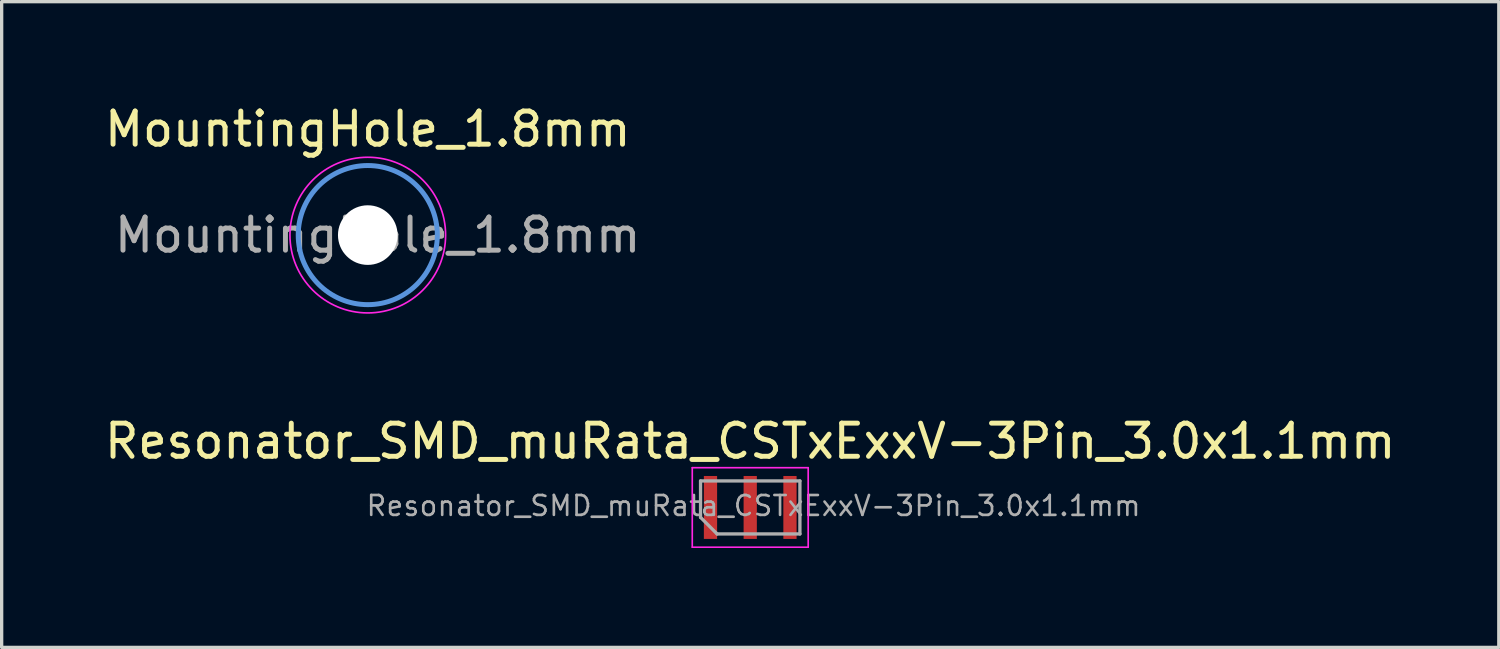
<source format=kicad_pcb>
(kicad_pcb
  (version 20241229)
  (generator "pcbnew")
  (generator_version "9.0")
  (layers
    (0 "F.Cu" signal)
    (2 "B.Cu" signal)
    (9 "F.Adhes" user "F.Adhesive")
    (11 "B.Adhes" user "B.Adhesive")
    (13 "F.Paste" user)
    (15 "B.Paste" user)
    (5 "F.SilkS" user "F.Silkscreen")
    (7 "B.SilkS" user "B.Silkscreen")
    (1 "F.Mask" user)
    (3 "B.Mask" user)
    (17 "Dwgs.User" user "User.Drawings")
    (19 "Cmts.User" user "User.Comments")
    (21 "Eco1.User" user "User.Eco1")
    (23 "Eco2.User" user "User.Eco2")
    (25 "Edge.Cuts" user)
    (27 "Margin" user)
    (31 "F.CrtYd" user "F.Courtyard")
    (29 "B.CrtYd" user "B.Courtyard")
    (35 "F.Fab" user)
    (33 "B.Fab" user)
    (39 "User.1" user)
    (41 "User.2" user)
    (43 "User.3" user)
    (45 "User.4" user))
  (footprint "MountingHole_1.8mm"
    (layer "F.Cu")
    (at 8.054 4.048)
    (property "Reference" "MountingHole_1.8mm" (at 0 -3.2 0) (layer "F.SilkS") (effects (font (size 1 1) (thickness 0.15))))
    (attr exclude_from_pos_files exclude_from_bom)
    (fp_circle (center 0 0) (end 2.1 0) (stroke (width 0.15) (type solid)) (fill no) (layer "Cmts.User"))
    (fp_circle (center 0 0) (end 2.35 0) (stroke (width 0.05) (type solid)) (fill no) (layer "F.CrtYd"))
    (fp_text user "${REFERENCE}" (at 0.3 0 0) (layer "F.Fab") (effects (font (size 1 1) (thickness 0.15))))
    (pad "" np_thru_hole circle (at 0 0) (size 1.8 1.8) (drill 1.8) (layers "*.Cu" "*.Mask")))
  (footprint "Resonator_SMD_muRata_CSTxExxV-3Pin_3.0x1.1mm"
    (layer "F.Cu")
    (at 19.601 12.271)
    (property "Reference" "Resonator_SMD_muRata_CSTxExxV-3Pin_3.0x1.1mm" (at 0 -2 0) (layer "F.SilkS") (effects (font (size 1 1) (thickness 0.15))))
    (attr smd)
    (fp_line (start -1.75 -1.2) (end 1.75 -1.2) (stroke (width 0.05) (type solid)) (layer "F.CrtYd"))
    (fp_line (start -1.75 1.2) (end -1.75 -1.2) (stroke (width 0.05) (type solid)) (layer "F.CrtYd"))
    (fp_line (start 1.75 -1.2) (end 1.75 1.2) (stroke (width 0.05) (type solid)) (layer "F.CrtYd"))
    (fp_line (start 1.75 1.2) (end -1.75 1.2) (stroke (width 0.05) (type solid)) (layer "F.CrtYd"))
    (fp_line (start -1.5 0.3) (end -1.5 -0.8) (stroke (width 0.1) (type solid)) (layer "F.Fab"))
    (fp_line (start -1 0.8) (end -1.5 0.3) (stroke (width 0.1) (type solid)) (layer "F.Fab"))
    (fp_line (start -1 0.8) (end 1.5 0.8) (stroke (width 0.1) (type solid)) (layer "F.Fab"))
    (fp_line (start 1.5 -0.8) (end -1.5 -0.8) (stroke (width 0.1) (type solid)) (layer "F.Fab"))
    (fp_line (start 1.5 0.8) (end 1.5 -0.8) (stroke (width 0.1) (type solid)) (layer "F.Fab"))
    (fp_text user "${REFERENCE}" (at 0.1 -0.05 0) (layer "F.Fab") (effects (font (size 0.6 0.6) (thickness 0.08))))
    (pad "1" smd rect (at -1.2 0) (size 0.4 1.9) (layers "F.Cu" "F.Mask" "F.Paste"))
    (pad "2" smd rect (at 0 0) (size 0.4 1.9) (layers "F.Cu" "F.Mask" "F.Paste"))
    (pad "3" smd rect (at 1.2 0) (size 0.4 1.9) (layers "F.Cu" "F.Mask" "F.Paste")))
  (gr_rect
    (start -3 -3)
    (end 42.202 16.497)
    (stroke (width 0.1) (type default))
    (fill no)
    (layer "Edge.Cuts")))
</source>
